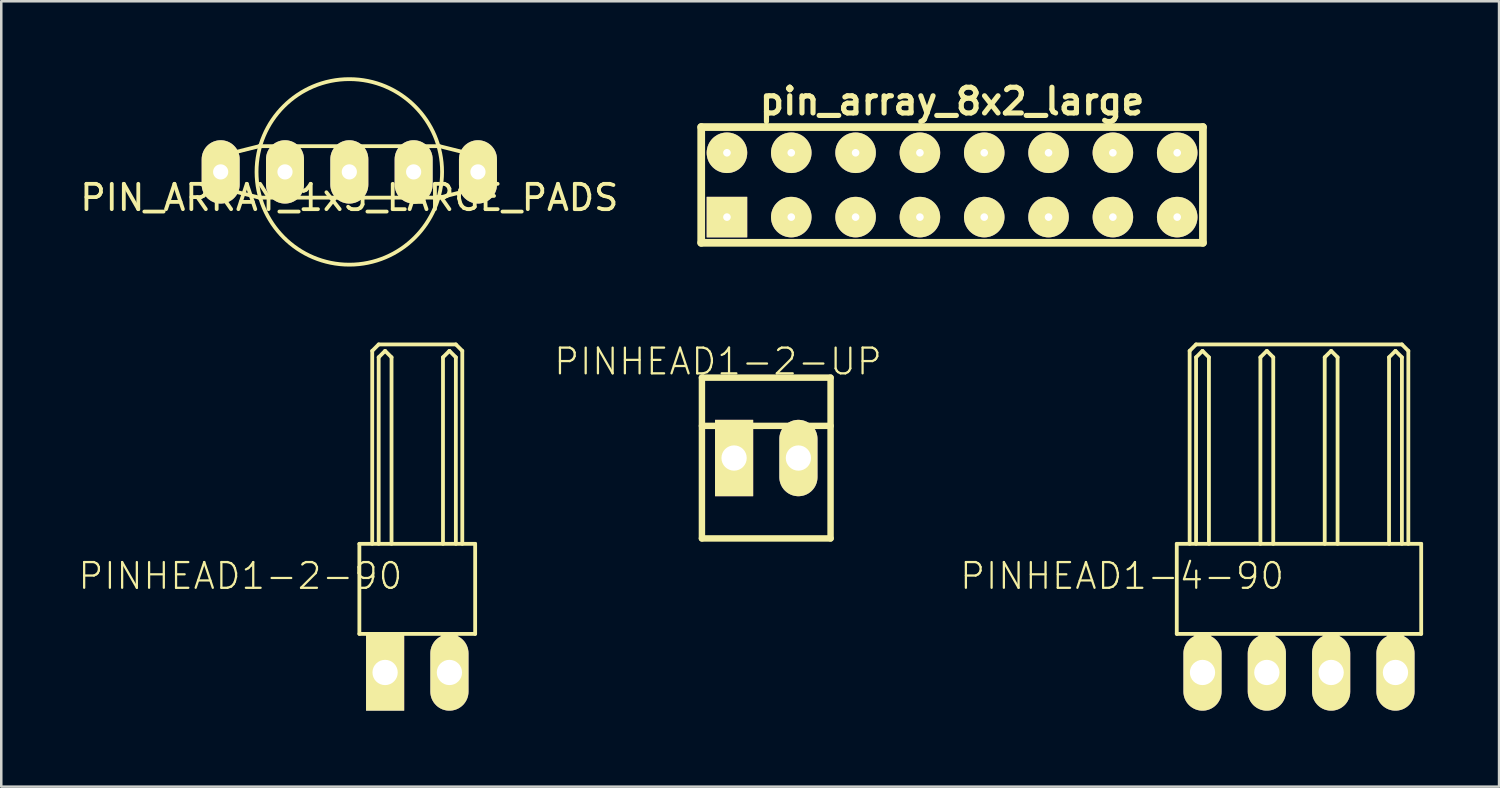
<source format=kicad_pcb>
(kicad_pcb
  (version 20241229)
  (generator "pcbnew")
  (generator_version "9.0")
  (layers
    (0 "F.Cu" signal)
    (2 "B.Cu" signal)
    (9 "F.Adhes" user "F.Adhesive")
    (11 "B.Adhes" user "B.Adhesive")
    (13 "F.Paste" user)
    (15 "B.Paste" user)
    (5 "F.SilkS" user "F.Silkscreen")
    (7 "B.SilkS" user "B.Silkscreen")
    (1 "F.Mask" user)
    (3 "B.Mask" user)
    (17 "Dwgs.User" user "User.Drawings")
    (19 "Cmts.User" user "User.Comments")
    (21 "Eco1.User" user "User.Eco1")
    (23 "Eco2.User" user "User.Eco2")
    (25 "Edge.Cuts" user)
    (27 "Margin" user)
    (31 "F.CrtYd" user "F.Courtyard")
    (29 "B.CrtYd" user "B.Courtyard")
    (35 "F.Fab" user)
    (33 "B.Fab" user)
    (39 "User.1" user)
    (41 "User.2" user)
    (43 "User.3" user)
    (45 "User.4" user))
  (footprint "PIN_ARRAY_1x5_LARGE_PADS"
    (layer "F.Cu")
    (at 10.744 3.738)
    (property "Reference" "PIN_ARRAY_1x5_LARGE_PADS" (at 0 1.016 0) (layer "F.SilkS") (effects (font (size 1 1) (thickness 0.15))))
    (attr through_hole)
    (fp_line (start -5.588 -0.508) (end -3.556 -1.016) (stroke (width 0.15) (type solid)) (layer "F.SilkS"))
    (fp_line (start -5.588 0.508) (end -5.588 -0.508) (stroke (width 0.15) (type solid)) (layer "F.SilkS"))
    (fp_line (start -3.556 -1.016) (end 3.556 -1.016) (stroke (width 0.15) (type solid)) (layer "F.SilkS"))
    (fp_line (start -3.556 1.016) (end -5.588 0.508) (stroke (width 0.15) (type solid)) (layer "F.SilkS"))
    (fp_line (start 3.556 -1.016) (end 5.588 -0.508) (stroke (width 0.15) (type solid)) (layer "F.SilkS"))
    (fp_line (start 3.556 1.016) (end -3.556 1.016) (stroke (width 0.15) (type solid)) (layer "F.SilkS"))
    (fp_line (start 5.588 -0.508) (end 5.588 0.508) (stroke (width 0.15) (type solid)) (layer "F.SilkS"))
    (fp_line (start 5.588 0.508) (end 3.556 1.016) (stroke (width 0.15) (type solid)) (layer "F.SilkS"))
    (fp_circle (center 0 0) (end 3.048 -2.032) (stroke (width 0.15) (type solid)) (fill no) (layer "F.SilkS"))
    (pad "1" thru_hole oval (at -5.08 0) (size 1.5 2.5) (drill 0.6) (layers "*.Cu" "*.Mask" "F.SilkS"))
    (pad "2" thru_hole oval (at -2.54 0) (size 1.5 2.5) (drill 0.6) (layers "*.Cu" "*.Mask" "F.SilkS"))
    (pad "3" thru_hole oval (at 0 0) (size 1.5 2.5) (drill 0.6) (layers "*.Cu" "*.Mask" "F.SilkS"))
    (pad "4" thru_hole oval (at 2.54 0) (size 1.5 2.5) (drill 0.6) (layers "*.Cu" "*.Mask" "F.SilkS"))
    (pad "5" thru_hole oval (at 5.08 0) (size 1.5 2.5) (drill 0.6) (layers "*.Cu" "*.Mask" "F.SilkS")))
  (footprint "PINHEAD1-2-UP"
    (layer "F.Cu")
    (at 27.208 15.037)
    (property "Reference" "PINHEAD1-2-UP" (at -1.905 -3.81 0) (layer "F.SilkS") (effects (font (size 1.016 1.016) (thickness 0.089))))
    (attr exclude_from_pos_files exclude_from_bom)
    (fp_line (start -2.54 -3.175) (end -2.54 3.175) (stroke (width 0.254) (type solid)) (layer "F.SilkS"))
    (fp_line (start -2.54 -3.175) (end 2.54 -3.175) (stroke (width 0.254) (type solid)) (layer "F.SilkS"))
    (fp_line (start 2.54 -3.175) (end 2.54 3.175) (stroke (width 0.254) (type solid)) (layer "F.SilkS"))
    (fp_line (start 2.54 -1.27) (end -2.54 -1.27) (stroke (width 0.254) (type solid)) (layer "F.SilkS"))
    (fp_line (start 2.54 3.175) (end -2.54 3.175) (stroke (width 0.254) (type solid)) (layer "F.SilkS"))
    (pad "1" thru_hole rect (at -1.27 0) (size 1.506 3.015) (drill 0.998) (layers "*.Cu" "F.Mask" "F.SilkS" "F.Paste"))
    (pad "2" thru_hole oval (at 1.27 0) (size 1.506 3.015) (drill 0.998) (layers "*.Cu" "F.Mask" "F.SilkS" "F.Paste")))
  (footprint "pin_array_8x2_large"
    (layer "F.Cu")
    (at 34.546 4.253)
    (property "Reference" "pin_array_8x2_large" (at 0 -3.302 0) (layer "F.SilkS") (effects (font (size 1.016 1.016) (thickness 0.203))))
    (attr through_hole)
    (fp_line (start -9.906 -2.286) (end 9.906 -2.286) (stroke (width 0.305) (type solid)) (layer "F.SilkS"))
    (fp_line (start -9.906 2.286) (end -9.906 -2.286) (stroke (width 0.305) (type solid)) (layer "F.SilkS"))
    (fp_line (start 9.906 -2.286) (end 9.906 2.286) (stroke (width 0.305) (type solid)) (layer "F.SilkS"))
    (fp_line (start 9.906 2.286) (end -9.906 2.286) (stroke (width 0.305) (type solid)) (layer "F.SilkS"))
    (pad "1" thru_hole rect (at -8.89 1.27) (size 1.6 1.6) (drill 0.3) (layers "*.Cu" "*.Mask" "F.SilkS"))
    (pad "2" thru_hole circle (at -8.89 -1.27) (size 1.6 1.6) (drill 0.3) (layers "*.Cu" "*.Mask" "F.SilkS"))
    (pad "3" thru_hole circle (at -6.35 1.27) (size 1.6 1.6) (drill 0.3) (layers "*.Cu" "*.Mask" "F.SilkS"))
    (pad "4" thru_hole circle (at -6.35 -1.27) (size 1.6 1.6) (drill 0.3) (layers "*.Cu" "*.Mask" "F.SilkS"))
    (pad "5" thru_hole circle (at -3.81 1.27) (size 1.6 1.6) (drill 0.3) (layers "*.Cu" "*.Mask" "F.SilkS"))
    (pad "6" thru_hole circle (at -3.81 -1.27) (size 1.6 1.6) (drill 0.3) (layers "*.Cu" "*.Mask" "F.SilkS"))
    (pad "7" thru_hole circle (at -1.27 1.27) (size 1.6 1.6) (drill 0.3) (layers "*.Cu" "*.Mask" "F.SilkS"))
    (pad "8" thru_hole circle (at -1.27 -1.27) (size 1.6 1.6) (drill 0.3) (layers "*.Cu" "*.Mask" "F.SilkS"))
    (pad "9" thru_hole circle (at 1.27 1.27) (size 1.6 1.6) (drill 0.3) (layers "*.Cu" "*.Mask" "F.SilkS"))
    (pad "10" thru_hole circle (at 1.27 -1.27) (size 1.6 1.6) (drill 0.3) (layers "*.Cu" "*.Mask" "F.SilkS"))
    (pad "11" thru_hole circle (at 3.81 1.27) (size 1.6 1.6) (drill 0.3) (layers "*.Cu" "*.Mask" "F.SilkS"))
    (pad "12" thru_hole circle (at 3.81 -1.27) (size 1.6 1.6) (drill 0.3) (layers "*.Cu" "*.Mask" "F.SilkS"))
    (pad "13" thru_hole circle (at 6.35 1.27) (size 1.6 1.6) (drill 0.3) (layers "*.Cu" "*.Mask" "F.SilkS"))
    (pad "14" thru_hole circle (at 6.35 -1.27) (size 1.6 1.6) (drill 0.3) (layers "*.Cu" "*.Mask" "F.SilkS"))
    (pad "15" thru_hole circle (at 8.89 1.27) (size 1.6 1.6) (drill 0.3) (layers "*.Cu" "*.Mask" "F.SilkS"))
    (pad "16" thru_hole circle (at 8.89 -1.27) (size 1.6 1.6) (drill 0.3) (layers "*.Cu" "*.Mask" "F.SilkS")))
  (footprint "PINHEAD1-2-90"
    (layer "F.Cu")
    (at 13.427 23.505)
    (property "Reference" "PINHEAD1-2-90" (at -6.985 -3.81 0) (layer "F.SilkS") (effects (font (size 1.016 1.016) (thickness 0.089))))
    (attr exclude_from_pos_files exclude_from_bom)
    (fp_line (start -2.286 -5.08) (end -2.286 -1.524) (stroke (width 0.15) (type solid)) (layer "F.SilkS"))
    (fp_line (start -2.286 -1.524) (end 2.286 -1.524) (stroke (width 0.15) (type solid)) (layer "F.SilkS"))
    (fp_line (start -1.778 -12.7) (end -1.524 -12.954) (stroke (width 0.15) (type solid)) (layer "F.SilkS"))
    (fp_line (start -1.778 -5.08) (end -1.778 -12.7) (stroke (width 0.15) (type solid)) (layer "F.SilkS"))
    (fp_line (start -1.524 -12.954) (end 1.524 -12.954) (stroke (width 0.15) (type solid)) (layer "F.SilkS"))
    (fp_line (start -1.524 -12.446) (end -1.27 -12.7) (stroke (width 0.15) (type solid)) (layer "F.SilkS"))
    (fp_line (start -1.524 -5.08) (end -1.524 -12.446) (stroke (width 0.15) (type solid)) (layer "F.SilkS"))
    (fp_line (start -1.524 -1.524) (end -1.524 -0.508) (stroke (width 0.15) (type solid)) (layer "F.SilkS"))
    (fp_line (start -1.27 -12.7) (end -1.016 -12.446) (stroke (width 0.15) (type solid)) (layer "F.SilkS"))
    (fp_line (start -1.016 -12.446) (end -1.016 -5.08) (stroke (width 0.15) (type solid)) (layer "F.SilkS"))
    (fp_line (start -1.016 -1.524) (end -1.016 -0.508) (stroke (width 0.15) (type solid)) (layer "F.SilkS"))
    (fp_line (start 1.016 -12.446) (end 1.27 -12.7) (stroke (width 0.15) (type solid)) (layer "F.SilkS"))
    (fp_line (start 1.016 -5.08) (end 1.016 -12.446) (stroke (width 0.15) (type solid)) (layer "F.SilkS"))
    (fp_line (start 1.016 -1.524) (end 1.016 -0.508) (stroke (width 0.15) (type solid)) (layer "F.SilkS"))
    (fp_line (start 1.27 -12.7) (end 1.524 -12.446) (stroke (width 0.15) (type solid)) (layer "F.SilkS"))
    (fp_line (start 1.524 -12.954) (end 1.778 -12.7) (stroke (width 0.15) (type solid)) (layer "F.SilkS"))
    (fp_line (start 1.524 -12.446) (end 1.524 -5.08) (stroke (width 0.15) (type solid)) (layer "F.SilkS"))
    (fp_line (start 1.524 -1.524) (end 1.524 -0.508) (stroke (width 0.15) (type solid)) (layer "F.SilkS"))
    (fp_line (start 1.778 -12.7) (end 1.778 -5.08) (stroke (width 0.15) (type solid)) (layer "F.SilkS"))
    (fp_line (start 2.286 -5.08) (end -2.286 -5.08) (stroke (width 0.15) (type solid)) (layer "F.SilkS"))
    (fp_line (start 2.286 -1.524) (end 2.286 -5.08) (stroke (width 0.15) (type solid)) (layer "F.SilkS"))
    (pad "1" thru_hole rect (at -1.27 0) (size 1.506 3.015) (drill 0.998) (layers "*.Cu" "F.Mask" "F.SilkS" "F.Paste"))
    (pad "2" thru_hole oval (at 1.27 0) (size 1.506 3.015) (drill 0.998) (layers "*.Cu" "F.Mask" "F.SilkS" "F.Paste")))
  (footprint "PINHEAD1-4-90"
    (layer "F.Cu")
    (at 48.245 23.505)
    (property "Reference" "PINHEAD1-4-90" (at -6.985 -3.81 0) (layer "F.SilkS") (effects (font (size 1.016 1.016) (thickness 0.089))))
    (attr exclude_from_pos_files exclude_from_bom)
    (fp_line (start -4.826 -5.08) (end -4.826 -1.524) (stroke (width 0.15) (type solid)) (layer "F.SilkS"))
    (fp_line (start -4.826 -5.08) (end 4.826 -5.08) (stroke (width 0.15) (type solid)) (layer "F.SilkS"))
    (fp_line (start -4.826 -1.524) (end 4.826 -1.524) (stroke (width 0.15) (type solid)) (layer "F.SilkS"))
    (fp_line (start -4.318 -12.7) (end -4.064 -12.954) (stroke (width 0.15) (type solid)) (layer "F.SilkS"))
    (fp_line (start -4.318 -5.08) (end -4.318 -12.7) (stroke (width 0.15) (type solid)) (layer "F.SilkS"))
    (fp_line (start -4.064 -12.954) (end 4.064 -12.954) (stroke (width 0.15) (type solid)) (layer "F.SilkS"))
    (fp_line (start -4.064 -12.446) (end -3.81 -12.7) (stroke (width 0.15) (type solid)) (layer "F.SilkS"))
    (fp_line (start -4.064 -5.08) (end -4.064 -12.446) (stroke (width 0.15) (type solid)) (layer "F.SilkS"))
    (fp_line (start -4.064 -1.524) (end -4.064 -0.508) (stroke (width 0.15) (type solid)) (layer "F.SilkS"))
    (fp_line (start -3.81 -12.7) (end -3.556 -12.446) (stroke (width 0.15) (type solid)) (layer "F.SilkS"))
    (fp_line (start -3.556 -12.446) (end -3.556 -5.08) (stroke (width 0.15) (type solid)) (layer "F.SilkS"))
    (fp_line (start -3.556 -1.524) (end -3.556 -0.508) (stroke (width 0.15) (type solid)) (layer "F.SilkS"))
    (fp_line (start -1.524 -12.446) (end -1.27 -12.7) (stroke (width 0.15) (type solid)) (layer "F.SilkS"))
    (fp_line (start -1.524 -5.08) (end -1.524 -12.446) (stroke (width 0.15) (type solid)) (layer "F.SilkS"))
    (fp_line (start -1.524 -1.524) (end -1.524 -0.508) (stroke (width 0.15) (type solid)) (layer "F.SilkS"))
    (fp_line (start -1.27 -12.7) (end -1.016 -12.446) (stroke (width 0.15) (type solid)) (layer "F.SilkS"))
    (fp_line (start -1.016 -12.446) (end -1.016 -5.08) (stroke (width 0.15) (type solid)) (layer "F.SilkS"))
    (fp_line (start -1.016 -1.524) (end -1.016 -0.508) (stroke (width 0.15) (type solid)) (layer "F.SilkS"))
    (fp_line (start 1.016 -12.446) (end 1.27 -12.7) (stroke (width 0.15) (type solid)) (layer "F.SilkS"))
    (fp_line (start 1.016 -5.08) (end 1.016 -12.446) (stroke (width 0.15) (type solid)) (layer "F.SilkS"))
    (fp_line (start 1.016 -1.524) (end 1.016 -0.508) (stroke (width 0.15) (type solid)) (layer "F.SilkS"))
    (fp_line (start 1.27 -12.7) (end 1.524 -12.446) (stroke (width 0.15) (type solid)) (layer "F.SilkS"))
    (fp_line (start 1.524 -12.446) (end 1.524 -5.08) (stroke (width 0.15) (type solid)) (layer "F.SilkS"))
    (fp_line (start 1.524 -1.524) (end 1.524 -0.508) (stroke (width 0.15) (type solid)) (layer "F.SilkS"))
    (fp_line (start 3.556 -12.446) (end 3.81 -12.7) (stroke (width 0.15) (type solid)) (layer "F.SilkS"))
    (fp_line (start 3.556 -5.08) (end 3.556 -12.446) (stroke (width 0.15) (type solid)) (layer "F.SilkS"))
    (fp_line (start 3.556 -1.524) (end 3.556 -0.508) (stroke (width 0.15) (type solid)) (layer "F.SilkS"))
    (fp_line (start 3.81 -12.7) (end 4.064 -12.446) (stroke (width 0.15) (type solid)) (layer "F.SilkS"))
    (fp_line (start 4.064 -12.954) (end 4.318 -12.7) (stroke (width 0.15) (type solid)) (layer "F.SilkS"))
    (fp_line (start 4.064 -12.446) (end 4.064 -5.08) (stroke (width 0.15) (type solid)) (layer "F.SilkS"))
    (fp_line (start 4.064 -1.524) (end 4.064 -0.508) (stroke (width 0.15) (type solid)) (layer "F.SilkS"))
    (fp_line (start 4.318 -12.7) (end 4.318 -5.08) (stroke (width 0.15) (type solid)) (layer "F.SilkS"))
    (fp_line (start 4.826 -5.08) (end 4.826 -1.524) (stroke (width 0.15) (type solid)) (layer "F.SilkS"))
    (pad "1" thru_hole oval (at -3.81 0) (size 1.506 3.015) (drill 0.998) (layers "*.Cu" "F.Mask" "F.SilkS" "F.Paste"))
    (pad "2" thru_hole oval (at -1.27 0) (size 1.506 3.015) (drill 0.998) (layers "*.Cu" "F.Mask" "F.SilkS" "F.Paste"))
    (pad "3" thru_hole oval (at 1.27 0) (size 1.506 3.015) (drill 0.998) (layers "*.Cu" "F.Mask" "F.SilkS" "F.Paste"))
    (pad "4" thru_hole oval (at 3.81 0) (size 1.506 3.015) (drill 0.998) (layers "*.Cu" "F.Mask" "F.SilkS" "F.Paste")))
  (gr_rect
    (start -3 -3)
    (end 56.146 28.013)
    (stroke (width 0.1) (type default))
    (fill no)
    (layer "Edge.Cuts")))
</source>
